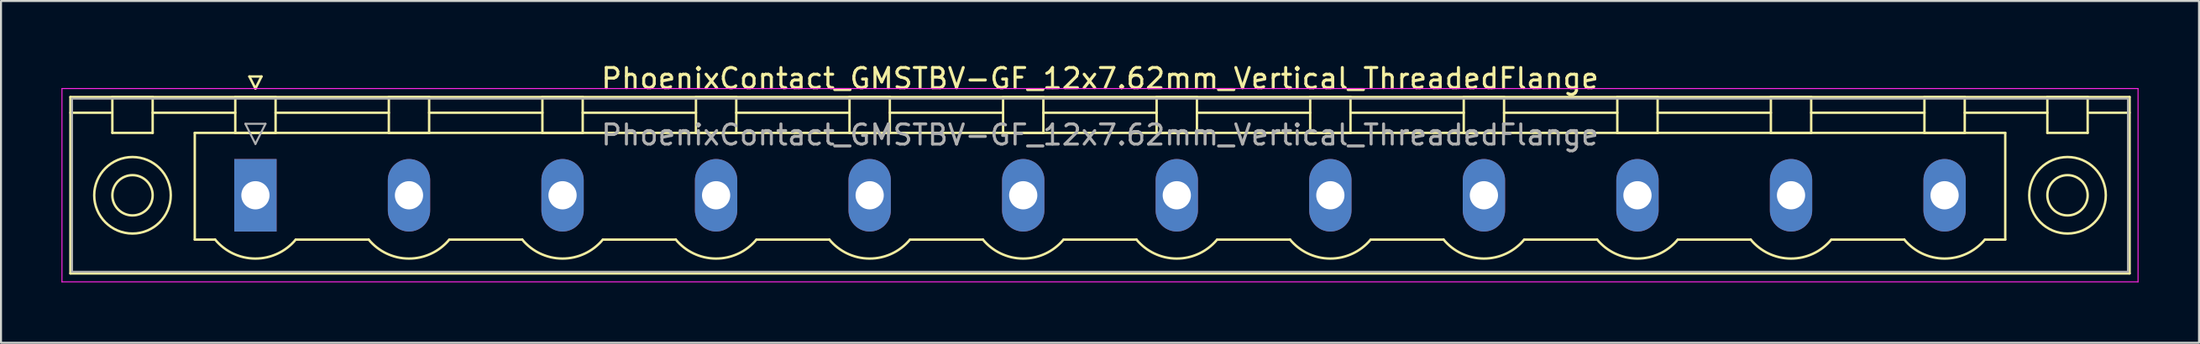
<source format=kicad_pcb>
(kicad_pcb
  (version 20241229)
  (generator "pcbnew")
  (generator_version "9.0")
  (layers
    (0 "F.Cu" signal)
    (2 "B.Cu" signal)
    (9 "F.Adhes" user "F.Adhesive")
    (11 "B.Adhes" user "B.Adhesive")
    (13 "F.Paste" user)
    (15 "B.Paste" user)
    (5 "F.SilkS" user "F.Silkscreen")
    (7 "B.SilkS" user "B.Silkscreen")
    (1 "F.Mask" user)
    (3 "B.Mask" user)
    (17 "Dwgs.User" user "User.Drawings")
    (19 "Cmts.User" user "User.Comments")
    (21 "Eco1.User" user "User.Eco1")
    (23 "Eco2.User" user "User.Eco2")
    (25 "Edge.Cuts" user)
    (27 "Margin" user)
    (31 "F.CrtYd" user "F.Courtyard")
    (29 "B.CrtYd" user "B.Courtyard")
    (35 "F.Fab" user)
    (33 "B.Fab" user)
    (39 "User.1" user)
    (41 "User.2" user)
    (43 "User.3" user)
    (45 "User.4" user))
  (footprint "PhoenixContact_GMSTBV-GF_12x7.62mm_Vertical_ThreadedFlange"
    (layer "F.Cu")
    (at 9.625 6.648)
    (property "Reference" "PhoenixContact_GMSTBV-GF_12x7.62mm_Vertical_ThreadedFlange" (at 41.91 -5.8 0) (layer "F.SilkS") (effects (font (size 1 1) (thickness 0.15))))
    (attr through_hole)
    (fp_line (start -9.18 -4.88) (end -9.18 3.88) (stroke (width 0.12) (type solid)) (layer "F.SilkS"))
    (fp_line (start -9.18 -4.1) (end -7.18 -4.1) (stroke (width 0.12) (type solid)) (layer "F.SilkS"))
    (fp_line (start -9.18 3.88) (end 93 3.88) (stroke (width 0.12) (type solid)) (layer "F.SilkS"))
    (fp_line (start -7.1 -4.88) (end -5.1 -4.88) (stroke (width 0.12) (type solid)) (layer "F.SilkS"))
    (fp_line (start -7.1 -3.1) (end -7.1 -4.88) (stroke (width 0.12) (type solid)) (layer "F.SilkS"))
    (fp_line (start -5.1 -4.88) (end -5.1 -3.1) (stroke (width 0.12) (type solid)) (layer "F.SilkS"))
    (fp_line (start -5.1 -4.1) (end -1 -4.1) (stroke (width 0.12) (type solid)) (layer "F.SilkS"))
    (fp_line (start -5.1 -3.1) (end -7.1 -3.1) (stroke (width 0.12) (type solid)) (layer "F.SilkS"))
    (fp_line (start -3.01 -3.1) (end 86.83 -3.1) (stroke (width 0.12) (type solid)) (layer "F.SilkS"))
    (fp_line (start -3.01 2.2) (end -3.01 -3.1) (stroke (width 0.12) (type solid)) (layer "F.SilkS"))
    (fp_line (start -2 2.2) (end -3.01 2.2) (stroke (width 0.12) (type solid)) (layer "F.SilkS"))
    (fp_line (start -1 -4.88) (end 1 -4.88) (stroke (width 0.12) (type solid)) (layer "F.SilkS"))
    (fp_line (start -1 -3.1) (end -1 -4.88) (stroke (width 0.12) (type solid)) (layer "F.SilkS"))
    (fp_line (start -0.3 -5.9) (end 0.3 -5.9) (stroke (width 0.12) (type solid)) (layer "F.SilkS"))
    (fp_line (start 0 -5.3) (end -0.3 -5.9) (stroke (width 0.12) (type solid)) (layer "F.SilkS"))
    (fp_line (start 0.3 -5.9) (end 0 -5.3) (stroke (width 0.12) (type solid)) (layer "F.SilkS"))
    (fp_line (start 1 -4.88) (end 1 -3.1) (stroke (width 0.12) (type solid)) (layer "F.SilkS"))
    (fp_line (start 1 -4.1) (end 6.62 -4.1) (stroke (width 0.12) (type solid)) (layer "F.SilkS"))
    (fp_line (start 1 -3.1) (end -1 -3.1) (stroke (width 0.12) (type solid)) (layer "F.SilkS"))
    (fp_line (start 2 2.2) (end 5.62 2.2) (stroke (width 0.12) (type solid)) (layer "F.SilkS"))
    (fp_line (start 6.62 -4.88) (end 8.62 -4.88) (stroke (width 0.12) (type solid)) (layer "F.SilkS"))
    (fp_line (start 6.62 -3.1) (end 6.62 -4.88) (stroke (width 0.12) (type solid)) (layer "F.SilkS"))
    (fp_line (start 8.62 -4.88) (end 8.62 -3.1) (stroke (width 0.12) (type solid)) (layer "F.SilkS"))
    (fp_line (start 8.62 -4.1) (end 14.24 -4.1) (stroke (width 0.12) (type solid)) (layer "F.SilkS"))
    (fp_line (start 8.62 -3.1) (end 6.62 -3.1) (stroke (width 0.12) (type solid)) (layer "F.SilkS"))
    (fp_line (start 9.62 2.2) (end 13.24 2.2) (stroke (width 0.12) (type solid)) (layer "F.SilkS"))
    (fp_line (start 14.24 -4.88) (end 16.24 -4.88) (stroke (width 0.12) (type solid)) (layer "F.SilkS"))
    (fp_line (start 14.24 -3.1) (end 14.24 -4.88) (stroke (width 0.12) (type solid)) (layer "F.SilkS"))
    (fp_line (start 16.24 -4.88) (end 16.24 -3.1) (stroke (width 0.12) (type solid)) (layer "F.SilkS"))
    (fp_line (start 16.24 -4.1) (end 21.86 -4.1) (stroke (width 0.12) (type solid)) (layer "F.SilkS"))
    (fp_line (start 16.24 -3.1) (end 14.24 -3.1) (stroke (width 0.12) (type solid)) (layer "F.SilkS"))
    (fp_line (start 17.24 2.2) (end 20.86 2.2) (stroke (width 0.12) (type solid)) (layer "F.SilkS"))
    (fp_line (start 21.86 -4.88) (end 23.86 -4.88) (stroke (width 0.12) (type solid)) (layer "F.SilkS"))
    (fp_line (start 21.86 -3.1) (end 21.86 -4.88) (stroke (width 0.12) (type solid)) (layer "F.SilkS"))
    (fp_line (start 23.86 -4.88) (end 23.86 -3.1) (stroke (width 0.12) (type solid)) (layer "F.SilkS"))
    (fp_line (start 23.86 -4.1) (end 29.48 -4.1) (stroke (width 0.12) (type solid)) (layer "F.SilkS"))
    (fp_line (start 23.86 -3.1) (end 21.86 -3.1) (stroke (width 0.12) (type solid)) (layer "F.SilkS"))
    (fp_line (start 24.86 2.2) (end 28.48 2.2) (stroke (width 0.12) (type solid)) (layer "F.SilkS"))
    (fp_line (start 29.48 -4.88) (end 31.48 -4.88) (stroke (width 0.12) (type solid)) (layer "F.SilkS"))
    (fp_line (start 29.48 -3.1) (end 29.48 -4.88) (stroke (width 0.12) (type solid)) (layer "F.SilkS"))
    (fp_line (start 31.48 -4.88) (end 31.48 -3.1) (stroke (width 0.12) (type solid)) (layer "F.SilkS"))
    (fp_line (start 31.48 -4.1) (end 37.1 -4.1) (stroke (width 0.12) (type solid)) (layer "F.SilkS"))
    (fp_line (start 31.48 -3.1) (end 29.48 -3.1) (stroke (width 0.12) (type solid)) (layer "F.SilkS"))
    (fp_line (start 32.48 2.2) (end 36.1 2.2) (stroke (width 0.12) (type solid)) (layer "F.SilkS"))
    (fp_line (start 37.1 -4.88) (end 39.1 -4.88) (stroke (width 0.12) (type solid)) (layer "F.SilkS"))
    (fp_line (start 37.1 -3.1) (end 37.1 -4.88) (stroke (width 0.12) (type solid)) (layer "F.SilkS"))
    (fp_line (start 39.1 -4.88) (end 39.1 -3.1) (stroke (width 0.12) (type solid)) (layer "F.SilkS"))
    (fp_line (start 39.1 -4.1) (end 44.72 -4.1) (stroke (width 0.12) (type solid)) (layer "F.SilkS"))
    (fp_line (start 39.1 -3.1) (end 37.1 -3.1) (stroke (width 0.12) (type solid)) (layer "F.SilkS"))
    (fp_line (start 40.1 2.2) (end 43.72 2.2) (stroke (width 0.12) (type solid)) (layer "F.SilkS"))
    (fp_line (start 44.72 -4.88) (end 46.72 -4.88) (stroke (width 0.12) (type solid)) (layer "F.SilkS"))
    (fp_line (start 44.72 -3.1) (end 44.72 -4.88) (stroke (width 0.12) (type solid)) (layer "F.SilkS"))
    (fp_line (start 46.72 -4.88) (end 46.72 -3.1) (stroke (width 0.12) (type solid)) (layer "F.SilkS"))
    (fp_line (start 46.72 -4.1) (end 52.34 -4.1) (stroke (width 0.12) (type solid)) (layer "F.SilkS"))
    (fp_line (start 46.72 -3.1) (end 44.72 -3.1) (stroke (width 0.12) (type solid)) (layer "F.SilkS"))
    (fp_line (start 47.72 2.2) (end 51.34 2.2) (stroke (width 0.12) (type solid)) (layer "F.SilkS"))
    (fp_line (start 52.34 -4.88) (end 54.34 -4.88) (stroke (width 0.12) (type solid)) (layer "F.SilkS"))
    (fp_line (start 52.34 -3.1) (end 52.34 -4.88) (stroke (width 0.12) (type solid)) (layer "F.SilkS"))
    (fp_line (start 54.34 -4.88) (end 54.34 -3.1) (stroke (width 0.12) (type solid)) (layer "F.SilkS"))
    (fp_line (start 54.34 -4.1) (end 59.96 -4.1) (stroke (width 0.12) (type solid)) (layer "F.SilkS"))
    (fp_line (start 54.34 -3.1) (end 52.34 -3.1) (stroke (width 0.12) (type solid)) (layer "F.SilkS"))
    (fp_line (start 55.34 2.2) (end 58.96 2.2) (stroke (width 0.12) (type solid)) (layer "F.SilkS"))
    (fp_line (start 59.96 -4.88) (end 61.96 -4.88) (stroke (width 0.12) (type solid)) (layer "F.SilkS"))
    (fp_line (start 59.96 -3.1) (end 59.96 -4.88) (stroke (width 0.12) (type solid)) (layer "F.SilkS"))
    (fp_line (start 61.96 -4.88) (end 61.96 -3.1) (stroke (width 0.12) (type solid)) (layer "F.SilkS"))
    (fp_line (start 61.96 -4.1) (end 67.58 -4.1) (stroke (width 0.12) (type solid)) (layer "F.SilkS"))
    (fp_line (start 61.96 -3.1) (end 59.96 -3.1) (stroke (width 0.12) (type solid)) (layer "F.SilkS"))
    (fp_line (start 62.96 2.2) (end 66.58 2.2) (stroke (width 0.12) (type solid)) (layer "F.SilkS"))
    (fp_line (start 67.58 -4.88) (end 69.58 -4.88) (stroke (width 0.12) (type solid)) (layer "F.SilkS"))
    (fp_line (start 67.58 -3.1) (end 67.58 -4.88) (stroke (width 0.12) (type solid)) (layer "F.SilkS"))
    (fp_line (start 69.58 -4.88) (end 69.58 -3.1) (stroke (width 0.12) (type solid)) (layer "F.SilkS"))
    (fp_line (start 69.58 -4.1) (end 75.2 -4.1) (stroke (width 0.12) (type solid)) (layer "F.SilkS"))
    (fp_line (start 69.58 -3.1) (end 67.58 -3.1) (stroke (width 0.12) (type solid)) (layer "F.SilkS"))
    (fp_line (start 70.58 2.2) (end 74.2 2.2) (stroke (width 0.12) (type solid)) (layer "F.SilkS"))
    (fp_line (start 75.2 -4.88) (end 77.2 -4.88) (stroke (width 0.12) (type solid)) (layer "F.SilkS"))
    (fp_line (start 75.2 -3.1) (end 75.2 -4.88) (stroke (width 0.12) (type solid)) (layer "F.SilkS"))
    (fp_line (start 77.2 -4.88) (end 77.2 -3.1) (stroke (width 0.12) (type solid)) (layer "F.SilkS"))
    (fp_line (start 77.2 -4.1) (end 82.82 -4.1) (stroke (width 0.12) (type solid)) (layer "F.SilkS"))
    (fp_line (start 77.2 -3.1) (end 75.2 -3.1) (stroke (width 0.12) (type solid)) (layer "F.SilkS"))
    (fp_line (start 78.2 2.2) (end 81.82 2.2) (stroke (width 0.12) (type solid)) (layer "F.SilkS"))
    (fp_line (start 82.82 -4.88) (end 84.82 -4.88) (stroke (width 0.12) (type solid)) (layer "F.SilkS"))
    (fp_line (start 82.82 -3.1) (end 82.82 -4.88) (stroke (width 0.12) (type solid)) (layer "F.SilkS"))
    (fp_line (start 84.82 -4.88) (end 84.82 -3.1) (stroke (width 0.12) (type solid)) (layer "F.SilkS"))
    (fp_line (start 84.82 -4.1) (end 88.92 -4.1) (stroke (width 0.12) (type solid)) (layer "F.SilkS"))
    (fp_line (start 84.82 -3.1) (end 82.82 -3.1) (stroke (width 0.12) (type solid)) (layer "F.SilkS"))
    (fp_line (start 86.83 -3.1) (end 86.83 2.2) (stroke (width 0.12) (type solid)) (layer "F.SilkS"))
    (fp_line (start 86.83 2.2) (end 85.82 2.2) (stroke (width 0.12) (type solid)) (layer "F.SilkS"))
    (fp_line (start 88.92 -4.88) (end 90.92 -4.88) (stroke (width 0.12) (type solid)) (layer "F.SilkS"))
    (fp_line (start 88.92 -3.1) (end 88.92 -4.88) (stroke (width 0.12) (type solid)) (layer "F.SilkS"))
    (fp_line (start 90.92 -4.88) (end 90.92 -3.1) (stroke (width 0.12) (type solid)) (layer "F.SilkS"))
    (fp_line (start 90.92 -3.1) (end 88.92 -3.1) (stroke (width 0.12) (type solid)) (layer "F.SilkS"))
    (fp_line (start 93 -4.88) (end -9.18 -4.88) (stroke (width 0.12) (type solid)) (layer "F.SilkS"))
    (fp_line (start 93 -4.1) (end 91 -4.1) (stroke (width 0.12) (type solid)) (layer "F.SilkS"))
    (fp_line (start 93 3.88) (end 93 -4.88) (stroke (width 0.12) (type solid)) (layer "F.SilkS"))
    (fp_arc (start 1.986842 2.215821) (mid -0.010289 3.142758) (end -2 2.2) (stroke (width 0.12) (type solid)) (layer "F.SilkS"))
    (fp_arc (start 9.606842 2.215821) (mid 7.609711 3.142758) (end 5.62 2.2) (stroke (width 0.12) (type solid)) (layer "F.SilkS"))
    (fp_arc (start 17.226842 2.215821) (mid 15.229711 3.142758) (end 13.24 2.2) (stroke (width 0.12) (type solid)) (layer "F.SilkS"))
    (fp_arc (start 24.846842 2.215821) (mid 22.849711 3.142758) (end 20.86 2.2) (stroke (width 0.12) (type solid)) (layer "F.SilkS"))
    (fp_arc (start 32.466842 2.215821) (mid 30.469711 3.142758) (end 28.48 2.2) (stroke (width 0.12) (type solid)) (layer "F.SilkS"))
    (fp_arc (start 40.086842 2.215821) (mid 38.089711 3.142758) (end 36.1 2.2) (stroke (width 0.12) (type solid)) (layer "F.SilkS"))
    (fp_arc (start 47.706842 2.215821) (mid 45.709711 3.142758) (end 43.72 2.2) (stroke (width 0.12) (type solid)) (layer "F.SilkS"))
    (fp_arc (start 55.326842 2.215821) (mid 53.329711 3.142758) (end 51.34 2.2) (stroke (width 0.12) (type solid)) (layer "F.SilkS"))
    (fp_arc (start 62.946842 2.215821) (mid 60.949711 3.142758) (end 58.96 2.2) (stroke (width 0.12) (type solid)) (layer "F.SilkS"))
    (fp_arc (start 70.566842 2.215821) (mid 68.569711 3.142758) (end 66.58 2.2) (stroke (width 0.12) (type solid)) (layer "F.SilkS"))
    (fp_arc (start 78.186842 2.215821) (mid 76.189711 3.142758) (end 74.2 2.2) (stroke (width 0.12) (type solid)) (layer "F.SilkS"))
    (fp_arc (start 85.806842 2.215821) (mid 83.809711 3.142758) (end 81.82 2.2) (stroke (width 0.12) (type solid)) (layer "F.SilkS"))
    (fp_circle (center -6.1 0) (end -5.1 0) (stroke (width 0.12) (type solid)) (fill no) (layer "F.SilkS"))
    (fp_circle (center -6.1 0) (end -4.2 0) (stroke (width 0.12) (type solid)) (fill no) (layer "F.SilkS"))
    (fp_circle (center 89.92 0) (end 90.92 0) (stroke (width 0.12) (type solid)) (fill no) (layer "F.SilkS"))
    (fp_circle (center 89.92 0) (end 91.82 0) (stroke (width 0.12) (type solid)) (fill no) (layer "F.SilkS"))
    (fp_line (start -9.6 -5.3) (end -9.6 4.3) (stroke (width 0.05) (type solid)) (layer "F.CrtYd"))
    (fp_line (start -9.6 4.3) (end 93.42 4.3) (stroke (width 0.05) (type solid)) (layer "F.CrtYd"))
    (fp_line (start 93.42 -5.3) (end -9.6 -5.3) (stroke (width 0.05) (type solid)) (layer "F.CrtYd"))
    (fp_line (start 93.42 4.3) (end 93.42 -5.3) (stroke (width 0.05) (type solid)) (layer "F.CrtYd"))
    (fp_line (start -9.1 -4.8) (end -9.1 3.8) (stroke (width 0.1) (type solid)) (layer "F.Fab"))
    (fp_line (start -9.1 3.8) (end 92.92 3.8) (stroke (width 0.1) (type solid)) (layer "F.Fab"))
    (fp_line (start -0.5 -3.55) (end 0.5 -3.55) (stroke (width 0.1) (type solid)) (layer "F.Fab"))
    (fp_line (start 0 -2.55) (end -0.5 -3.55) (stroke (width 0.1) (type solid)) (layer "F.Fab"))
    (fp_line (start 0.5 -3.55) (end 0 -2.55) (stroke (width 0.1) (type solid)) (layer "F.Fab"))
    (fp_line (start 92.92 -4.8) (end -9.1 -4.8) (stroke (width 0.1) (type solid)) (layer "F.Fab"))
    (fp_line (start 92.92 3.8) (end 92.92 -4.8) (stroke (width 0.1) (type solid)) (layer "F.Fab"))
    (fp_text user "${REFERENCE}" (at 41.91 -3 0) (layer "F.Fab") (effects (font (size 1 1) (thickness 0.15))))
    (pad "1" thru_hole rect (at 0 0) (size 2.1 3.6) (drill 1.4) (layers "*.Cu" "*.Mask"))
    (pad "2" thru_hole oval (at 7.62 0) (size 2.1 3.6) (drill 1.4) (layers "*.Cu" "*.Mask"))
    (pad "3" thru_hole oval (at 15.24 0) (size 2.1 3.6) (drill 1.4) (layers "*.Cu" "*.Mask"))
    (pad "4" thru_hole oval (at 22.86 0) (size 2.1 3.6) (drill 1.4) (layers "*.Cu" "*.Mask"))
    (pad "5" thru_hole oval (at 30.48 0) (size 2.1 3.6) (drill 1.4) (layers "*.Cu" "*.Mask"))
    (pad "6" thru_hole oval (at 38.1 0) (size 2.1 3.6) (drill 1.4) (layers "*.Cu" "*.Mask"))
    (pad "7" thru_hole oval (at 45.72 0) (size 2.1 3.6) (drill 1.4) (layers "*.Cu" "*.Mask"))
    (pad "8" thru_hole oval (at 53.34 0) (size 2.1 3.6) (drill 1.4) (layers "*.Cu" "*.Mask"))
    (pad "9" thru_hole oval (at 60.96 0) (size 2.1 3.6) (drill 1.4) (layers "*.Cu" "*.Mask"))
    (pad "10" thru_hole oval (at 68.58 0) (size 2.1 3.6) (drill 1.4) (layers "*.Cu" "*.Mask"))
    (pad "11" thru_hole oval (at 76.2 0) (size 2.1 3.6) (drill 1.4) (layers "*.Cu" "*.Mask"))
    (pad "12" thru_hole oval (at 83.82 0) (size 2.1 3.6) (drill 1.4) (layers "*.Cu" "*.Mask")))
  (gr_rect
    (start -3 -3)
    (end 106.07 13.973)
    (stroke (width 0.1) (type default))
    (fill no)
    (layer "Edge.Cuts")))
</source>
